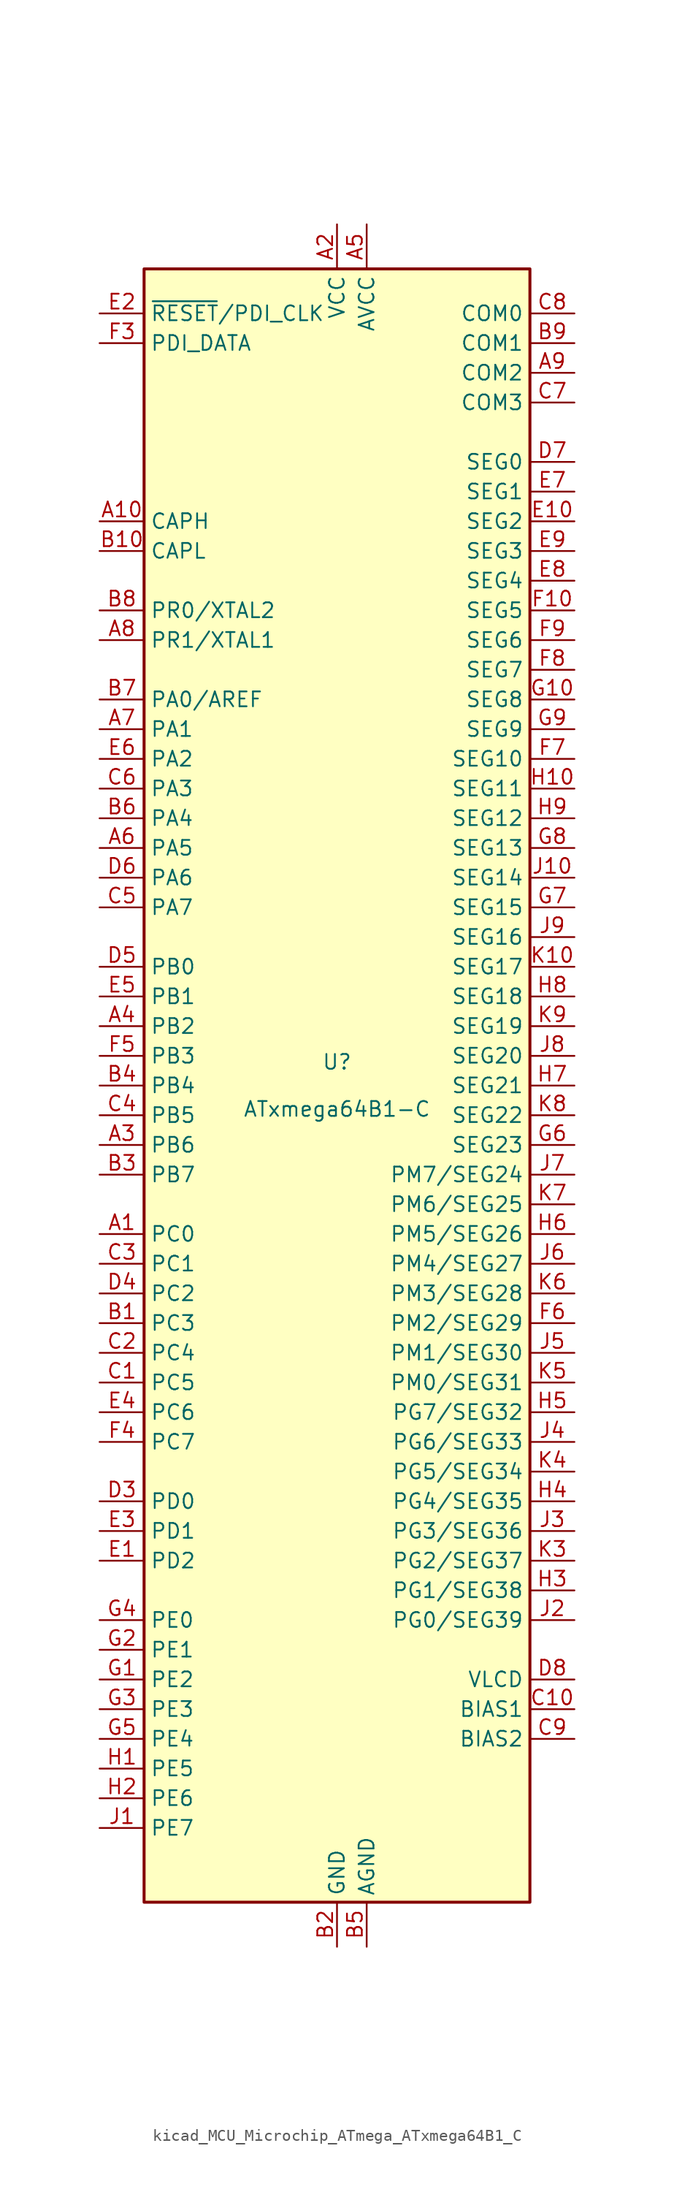
<source format=kicad_sym>
(kicad_symbol_lib
  (version 20220914)
  (generator kicad_symbol_editor)
  (symbol "kicad_MCU_Microchip_ATmega_ATxmega64B1_C"
    (property "Reference" "U"
      (at 0 1.27 0)
      (effects (font (size 1.27 1.27)) (justify bottom)))
    (property "Value" "ATxmega64B1-C"
      (at 0 -1.27 0)
      (effects (font (size 1.27 1.27)) (justify top)))
    (symbol "kicad_MCU_Microchip_ATmega_ATxmega64B1_C_0_1"
      (rectangle (start -16.51 -69.85) (end 16.51 69.85) (stroke (width 0.254) (type default)) (fill (type background))))
    (symbol "kicad_MCU_Microchip_ATmega_ATxmega64B1_C_1_1"
      (pin bidirectional line (at -20.32 -12.7 0) (length 3.81) (name "PC0" (effects (font (size 1.27 1.27)))) (number "A1" (effects (font (size 1.27 1.27)))))
      (pin passive line (at -20.32 48.26 0) (length 3.81) (name "CAPH" (effects (font (size 1.27 1.27)))) (number "A10" (effects (font (size 1.27 1.27)))))
      (pin power_in line (at 0 73.66 270) (length 3.81) (name "VCC" (effects (font (size 1.27 1.27)))) (number "A2" (effects (font (size 1.27 1.27)))))
      (pin bidirectional line (at -20.32 -5.08 0) (length 3.81) (name "PB6" (effects (font (size 1.27 1.27)))) (number "A3" (effects (font (size 1.27 1.27)))))
      (pin bidirectional line (at -20.32 5.08 0) (length 3.81) (name "PB2" (effects (font (size 1.27 1.27)))) (number "A4" (effects (font (size 1.27 1.27)))))
      (pin power_in line (at 2.54 73.66 270) (length 3.81) (name "AVCC" (effects (font (size 1.27 1.27)))) (number "A5" (effects (font (size 1.27 1.27)))))
      (pin bidirectional line (at -20.32 20.32 0) (length 3.81) (name "PA5" (effects (font (size 1.27 1.27)))) (number "A6" (effects (font (size 1.27 1.27)))))
      (pin bidirectional line (at -20.32 30.48 0) (length 3.81) (name "PA1" (effects (font (size 1.27 1.27)))) (number "A7" (effects (font (size 1.27 1.27)))))
      (pin bidirectional line (at -20.32 38.1 0) (length 3.81) (name "PR1/XTAL1" (effects (font (size 1.27 1.27)))) (number "A8" (effects (font (size 1.27 1.27)))))
      (pin output line (at 20.32 60.96 180) (length 3.81) (name "COM2" (effects (font (size 1.27 1.27)))) (number "A9" (effects (font (size 1.27 1.27)))))
      (pin bidirectional line (at -20.32 -20.32 0) (length 3.81) (name "PC3" (effects (font (size 1.27 1.27)))) (number "B1" (effects (font (size 1.27 1.27)))))
      (pin passive line (at -20.32 45.72 0) (length 3.81) (name "CAPL" (effects (font (size 1.27 1.27)))) (number "B10" (effects (font (size 1.27 1.27)))))
      (pin power_in line (at 0 -73.66 90) (length 3.81) (name "GND" (effects (font (size 1.27 1.27)))) (number "B2" (effects (font (size 1.27 1.27)))))
      (pin bidirectional line (at -20.32 -7.62 0) (length 3.81) (name "PB7" (effects (font (size 1.27 1.27)))) (number "B3" (effects (font (size 1.27 1.27)))))
      (pin bidirectional line (at -20.32 0 0) (length 3.81) (name "PB4" (effects (font (size 1.27 1.27)))) (number "B4" (effects (font (size 1.27 1.27)))))
      (pin power_in line (at 2.54 -73.66 90) (length 3.81) (name "AGND" (effects (font (size 1.27 1.27)))) (number "B5" (effects (font (size 1.27 1.27)))))
      (pin bidirectional line (at -20.32 22.86 0) (length 3.81) (name "PA4" (effects (font (size 1.27 1.27)))) (number "B6" (effects (font (size 1.27 1.27)))))
      (pin bidirectional line (at -20.32 33.02 0) (length 3.81) (name "PA0/AREF" (effects (font (size 1.27 1.27)))) (number "B7" (effects (font (size 1.27 1.27)))))
      (pin bidirectional line (at -20.32 40.64 0) (length 3.81) (name "PR0/XTAL2" (effects (font (size 1.27 1.27)))) (number "B8" (effects (font (size 1.27 1.27)))))
      (pin output line (at 20.32 63.5 180) (length 3.81) (name "COM1" (effects (font (size 1.27 1.27)))) (number "B9" (effects (font (size 1.27 1.27)))))
      (pin bidirectional line (at -20.32 -25.4 0) (length 3.81) (name "PC5" (effects (font (size 1.27 1.27)))) (number "C1" (effects (font (size 1.27 1.27)))))
      (pin power_out line (at 20.32 -53.34 180) (length 3.81) (name "BIAS1" (effects (font (size 1.27 1.27)))) (number "C10" (effects (font (size 1.27 1.27)))))
      (pin bidirectional line (at -20.32 -22.86 0) (length 3.81) (name "PC4" (effects (font (size 1.27 1.27)))) (number "C2" (effects (font (size 1.27 1.27)))))
      (pin bidirectional line (at -20.32 -15.24 0) (length 3.81) (name "PC1" (effects (font (size 1.27 1.27)))) (number "C3" (effects (font (size 1.27 1.27)))))
      (pin bidirectional line (at -20.32 -2.54 0) (length 3.81) (name "PB5" (effects (font (size 1.27 1.27)))) (number "C4" (effects (font (size 1.27 1.27)))))
      (pin bidirectional line (at -20.32 15.24 0) (length 3.81) (name "PA7" (effects (font (size 1.27 1.27)))) (number "C5" (effects (font (size 1.27 1.27)))))
      (pin bidirectional line (at -20.32 25.4 0) (length 3.81) (name "PA3" (effects (font (size 1.27 1.27)))) (number "C6" (effects (font (size 1.27 1.27)))))
      (pin output line (at 20.32 58.42 180) (length 3.81) (name "COM3" (effects (font (size 1.27 1.27)))) (number "C7" (effects (font (size 1.27 1.27)))))
      (pin output line (at 20.32 66.04 180) (length 3.81) (name "COM0" (effects (font (size 1.27 1.27)))) (number "C8" (effects (font (size 1.27 1.27)))))
      (pin power_out line (at 20.32 -55.88 180) (length 3.81) (name "BIAS2" (effects (font (size 1.27 1.27)))) (number "C9" (effects (font (size 1.27 1.27)))))
      (pin passive line (at 0 73.66 270) (length 3.81) hide (name "VCC" (effects (font (size 1.27 1.27)))) (number "D1" (effects (font (size 1.27 1.27)))))
      (pin passive line (at 0 73.66 270) (length 3.81) hide (name "VCC" (effects (font (size 1.27 1.27)))) (number "D10" (effects (font (size 1.27 1.27)))))
      (pin passive line (at 0 -73.66 90) (length 3.81) hide (name "GND" (effects (font (size 1.27 1.27)))) (number "D2" (effects (font (size 1.27 1.27)))))
      (pin bidirectional line (at -20.32 -35.56 0) (length 3.81) (name "PD0" (effects (font (size 1.27 1.27)))) (number "D3" (effects (font (size 1.27 1.27)))))
      (pin bidirectional line (at -20.32 -17.78 0) (length 3.81) (name "PC2" (effects (font (size 1.27 1.27)))) (number "D4" (effects (font (size 1.27 1.27)))))
      (pin bidirectional line (at -20.32 10.16 0) (length 3.81) (name "PB0" (effects (font (size 1.27 1.27)))) (number "D5" (effects (font (size 1.27 1.27)))))
      (pin bidirectional line (at -20.32 17.78 0) (length 3.81) (name "PA6" (effects (font (size 1.27 1.27)))) (number "D6" (effects (font (size 1.27 1.27)))))
      (pin output line (at 20.32 53.34 180) (length 3.81) (name "SEG0" (effects (font (size 1.27 1.27)))) (number "D7" (effects (font (size 1.27 1.27)))))
      (pin power_out line (at 20.32 -50.8 180) (length 3.81) (name "VLCD" (effects (font (size 1.27 1.27)))) (number "D8" (effects (font (size 1.27 1.27)))))
      (pin passive line (at 0 -73.66 90) (length 3.81) hide (name "GND" (effects (font (size 1.27 1.27)))) (number "D9" (effects (font (size 1.27 1.27)))))
      (pin bidirectional line (at -20.32 -40.64 0) (length 3.81) (name "PD2" (effects (font (size 1.27 1.27)))) (number "E1" (effects (font (size 1.27 1.27)))))
      (pin output line (at 20.32 48.26 180) (length 3.81) (name "SEG2" (effects (font (size 1.27 1.27)))) (number "E10" (effects (font (size 1.27 1.27)))))
      (pin input line (at -20.32 66.04 0) (length 3.81) (name "~{RESET}/PDI_CLK" (effects (font (size 1.27 1.27)))) (number "E2" (effects (font (size 1.27 1.27)))))
      (pin bidirectional line (at -20.32 -38.1 0) (length 3.81) (name "PD1" (effects (font (size 1.27 1.27)))) (number "E3" (effects (font (size 1.27 1.27)))))
      (pin bidirectional line (at -20.32 -27.94 0) (length 3.81) (name "PC6" (effects (font (size 1.27 1.27)))) (number "E4" (effects (font (size 1.27 1.27)))))
      (pin bidirectional line (at -20.32 7.62 0) (length 3.81) (name "PB1" (effects (font (size 1.27 1.27)))) (number "E5" (effects (font (size 1.27 1.27)))))
      (pin bidirectional line (at -20.32 27.94 0) (length 3.81) (name "PA2" (effects (font (size 1.27 1.27)))) (number "E6" (effects (font (size 1.27 1.27)))))
      (pin output line (at 20.32 50.8 180) (length 3.81) (name "SEG1" (effects (font (size 1.27 1.27)))) (number "E7" (effects (font (size 1.27 1.27)))))
      (pin output line (at 20.32 43.18 180) (length 3.81) (name "SEG4" (effects (font (size 1.27 1.27)))) (number "E8" (effects (font (size 1.27 1.27)))))
      (pin output line (at 20.32 45.72 180) (length 3.81) (name "SEG3" (effects (font (size 1.27 1.27)))) (number "E9" (effects (font (size 1.27 1.27)))))
      (pin passive line (at 0 73.66 270) (length 3.81) hide (name "VCC" (effects (font (size 1.27 1.27)))) (number "F1" (effects (font (size 1.27 1.27)))))
      (pin output line (at 20.32 40.64 180) (length 3.81) (name "SEG5" (effects (font (size 1.27 1.27)))) (number "F10" (effects (font (size 1.27 1.27)))))
      (pin passive line (at 0 -73.66 90) (length 3.81) hide (name "GND" (effects (font (size 1.27 1.27)))) (number "F2" (effects (font (size 1.27 1.27)))))
      (pin bidirectional line (at -20.32 63.5 0) (length 3.81) (name "PDI_DATA" (effects (font (size 1.27 1.27)))) (number "F3" (effects (font (size 1.27 1.27)))))
      (pin bidirectional line (at -20.32 -30.48 0) (length 3.81) (name "PC7" (effects (font (size 1.27 1.27)))) (number "F4" (effects (font (size 1.27 1.27)))))
      (pin bidirectional line (at -20.32 2.54 0) (length 3.81) (name "PB3" (effects (font (size 1.27 1.27)))) (number "F5" (effects (font (size 1.27 1.27)))))
      (pin bidirectional line (at 20.32 -20.32 180) (length 3.81) (name "PM2/SEG29" (effects (font (size 1.27 1.27)))) (number "F6" (effects (font (size 1.27 1.27)))))
      (pin output line (at 20.32 27.94 180) (length 3.81) (name "SEG10" (effects (font (size 1.27 1.27)))) (number "F7" (effects (font (size 1.27 1.27)))))
      (pin output line (at 20.32 35.56 180) (length 3.81) (name "SEG7" (effects (font (size 1.27 1.27)))) (number "F8" (effects (font (size 1.27 1.27)))))
      (pin output line (at 20.32 38.1 180) (length 3.81) (name "SEG6" (effects (font (size 1.27 1.27)))) (number "F9" (effects (font (size 1.27 1.27)))))
      (pin bidirectional line (at -20.32 -50.8 0) (length 3.81) (name "PE2" (effects (font (size 1.27 1.27)))) (number "G1" (effects (font (size 1.27 1.27)))))
      (pin output line (at 20.32 33.02 180) (length 3.81) (name "SEG8" (effects (font (size 1.27 1.27)))) (number "G10" (effects (font (size 1.27 1.27)))))
      (pin bidirectional line (at -20.32 -48.26 0) (length 3.81) (name "PE1" (effects (font (size 1.27 1.27)))) (number "G2" (effects (font (size 1.27 1.27)))))
      (pin bidirectional line (at -20.32 -53.34 0) (length 3.81) (name "PE3" (effects (font (size 1.27 1.27)))) (number "G3" (effects (font (size 1.27 1.27)))))
      (pin bidirectional line (at -20.32 -45.72 0) (length 3.81) (name "PE0" (effects (font (size 1.27 1.27)))) (number "G4" (effects (font (size 1.27 1.27)))))
      (pin bidirectional line (at -20.32 -55.88 0) (length 3.81) (name "PE4" (effects (font (size 1.27 1.27)))) (number "G5" (effects (font (size 1.27 1.27)))))
      (pin output line (at 20.32 -5.08 180) (length 3.81) (name "SEG23" (effects (font (size 1.27 1.27)))) (number "G6" (effects (font (size 1.27 1.27)))))
      (pin output line (at 20.32 15.24 180) (length 3.81) (name "SEG15" (effects (font (size 1.27 1.27)))) (number "G7" (effects (font (size 1.27 1.27)))))
      (pin output line (at 20.32 20.32 180) (length 3.81) (name "SEG13" (effects (font (size 1.27 1.27)))) (number "G8" (effects (font (size 1.27 1.27)))))
      (pin output line (at 20.32 30.48 180) (length 3.81) (name "SEG9" (effects (font (size 1.27 1.27)))) (number "G9" (effects (font (size 1.27 1.27)))))
      (pin bidirectional line (at -20.32 -58.42 0) (length 3.81) (name "PE5" (effects (font (size 1.27 1.27)))) (number "H1" (effects (font (size 1.27 1.27)))))
      (pin output line (at 20.32 25.4 180) (length 3.81) (name "SEG11" (effects (font (size 1.27 1.27)))) (number "H10" (effects (font (size 1.27 1.27)))))
      (pin bidirectional line (at -20.32 -60.96 0) (length 3.81) (name "PE6" (effects (font (size 1.27 1.27)))) (number "H2" (effects (font (size 1.27 1.27)))))
      (pin bidirectional line (at 20.32 -43.18 180) (length 3.81) (name "PG1/SEG38" (effects (font (size 1.27 1.27)))) (number "H3" (effects (font (size 1.27 1.27)))))
      (pin bidirectional line (at 20.32 -35.56 180) (length 3.81) (name "PG4/SEG35" (effects (font (size 1.27 1.27)))) (number "H4" (effects (font (size 1.27 1.27)))))
      (pin bidirectional line (at 20.32 -27.94 180) (length 3.81) (name "PG7/SEG32" (effects (font (size 1.27 1.27)))) (number "H5" (effects (font (size 1.27 1.27)))))
      (pin bidirectional line (at 20.32 -12.7 180) (length 3.81) (name "PM5/SEG26" (effects (font (size 1.27 1.27)))) (number "H6" (effects (font (size 1.27 1.27)))))
      (pin output line (at 20.32 0 180) (length 3.81) (name "SEG21" (effects (font (size 1.27 1.27)))) (number "H7" (effects (font (size 1.27 1.27)))))
      (pin output line (at 20.32 7.62 180) (length 3.81) (name "SEG18" (effects (font (size 1.27 1.27)))) (number "H8" (effects (font (size 1.27 1.27)))))
      (pin output line (at 20.32 22.86 180) (length 3.81) (name "SEG12" (effects (font (size 1.27 1.27)))) (number "H9" (effects (font (size 1.27 1.27)))))
      (pin bidirectional line (at -20.32 -63.5 0) (length 3.81) (name "PE7" (effects (font (size 1.27 1.27)))) (number "J1" (effects (font (size 1.27 1.27)))))
      (pin output line (at 20.32 17.78 180) (length 3.81) (name "SEG14" (effects (font (size 1.27 1.27)))) (number "J10" (effects (font (size 1.27 1.27)))))
      (pin bidirectional line (at 20.32 -45.72 180) (length 3.81) (name "PG0/SEG39" (effects (font (size 1.27 1.27)))) (number "J2" (effects (font (size 1.27 1.27)))))
      (pin bidirectional line (at 20.32 -38.1 180) (length 3.81) (name "PG3/SEG36" (effects (font (size 1.27 1.27)))) (number "J3" (effects (font (size 1.27 1.27)))))
      (pin bidirectional line (at 20.32 -30.48 180) (length 3.81) (name "PG6/SEG33" (effects (font (size 1.27 1.27)))) (number "J4" (effects (font (size 1.27 1.27)))))
      (pin bidirectional line (at 20.32 -22.86 180) (length 3.81) (name "PM1/SEG30" (effects (font (size 1.27 1.27)))) (number "J5" (effects (font (size 1.27 1.27)))))
      (pin bidirectional line (at 20.32 -15.24 180) (length 3.81) (name "PM4/SEG27" (effects (font (size 1.27 1.27)))) (number "J6" (effects (font (size 1.27 1.27)))))
      (pin bidirectional line (at 20.32 -7.62 180) (length 3.81) (name "PM7/SEG24" (effects (font (size 1.27 1.27)))) (number "J7" (effects (font (size 1.27 1.27)))))
      (pin output line (at 20.32 2.54 180) (length 3.81) (name "SEG20" (effects (font (size 1.27 1.27)))) (number "J8" (effects (font (size 1.27 1.27)))))
      (pin output line (at 20.32 12.7 180) (length 3.81) (name "SEG16" (effects (font (size 1.27 1.27)))) (number "J9" (effects (font (size 1.27 1.27)))))
      (pin passive line (at 0 -73.66 90) (length 3.81) hide (name "GND" (effects (font (size 1.27 1.27)))) (number "K1" (effects (font (size 1.27 1.27)))))
      (pin output line (at 20.32 10.16 180) (length 3.81) (name "SEG17" (effects (font (size 1.27 1.27)))) (number "K10" (effects (font (size 1.27 1.27)))))
      (pin passive line (at 0 73.66 270) (length 3.81) hide (name "VCC" (effects (font (size 1.27 1.27)))) (number "K2" (effects (font (size 1.27 1.27)))))
      (pin bidirectional line (at 20.32 -40.64 180) (length 3.81) (name "PG2/SEG37" (effects (font (size 1.27 1.27)))) (number "K3" (effects (font (size 1.27 1.27)))))
      (pin bidirectional line (at 20.32 -33.02 180) (length 3.81) (name "PG5/SEG34" (effects (font (size 1.27 1.27)))) (number "K4" (effects (font (size 1.27 1.27)))))
      (pin bidirectional line (at 20.32 -25.4 180) (length 3.81) (name "PM0/SEG31" (effects (font (size 1.27 1.27)))) (number "K5" (effects (font (size 1.27 1.27)))))
      (pin bidirectional line (at 20.32 -17.78 180) (length 3.81) (name "PM3/SEG28" (effects (font (size 1.27 1.27)))) (number "K6" (effects (font (size 1.27 1.27)))))
      (pin bidirectional line (at 20.32 -10.16 180) (length 3.81) (name "PM6/SEG25" (effects (font (size 1.27 1.27)))) (number "K7" (effects (font (size 1.27 1.27)))))
      (pin output line (at 20.32 -2.54 180) (length 3.81) (name "SEG22" (effects (font (size 1.27 1.27)))) (number "K8" (effects (font (size 1.27 1.27)))))
      (pin output line (at 20.32 5.08 180) (length 3.81) (name "SEG19" (effects (font (size 1.27 1.27)))) (number "K9" (effects (font (size 1.27 1.27))))))))
</source>
